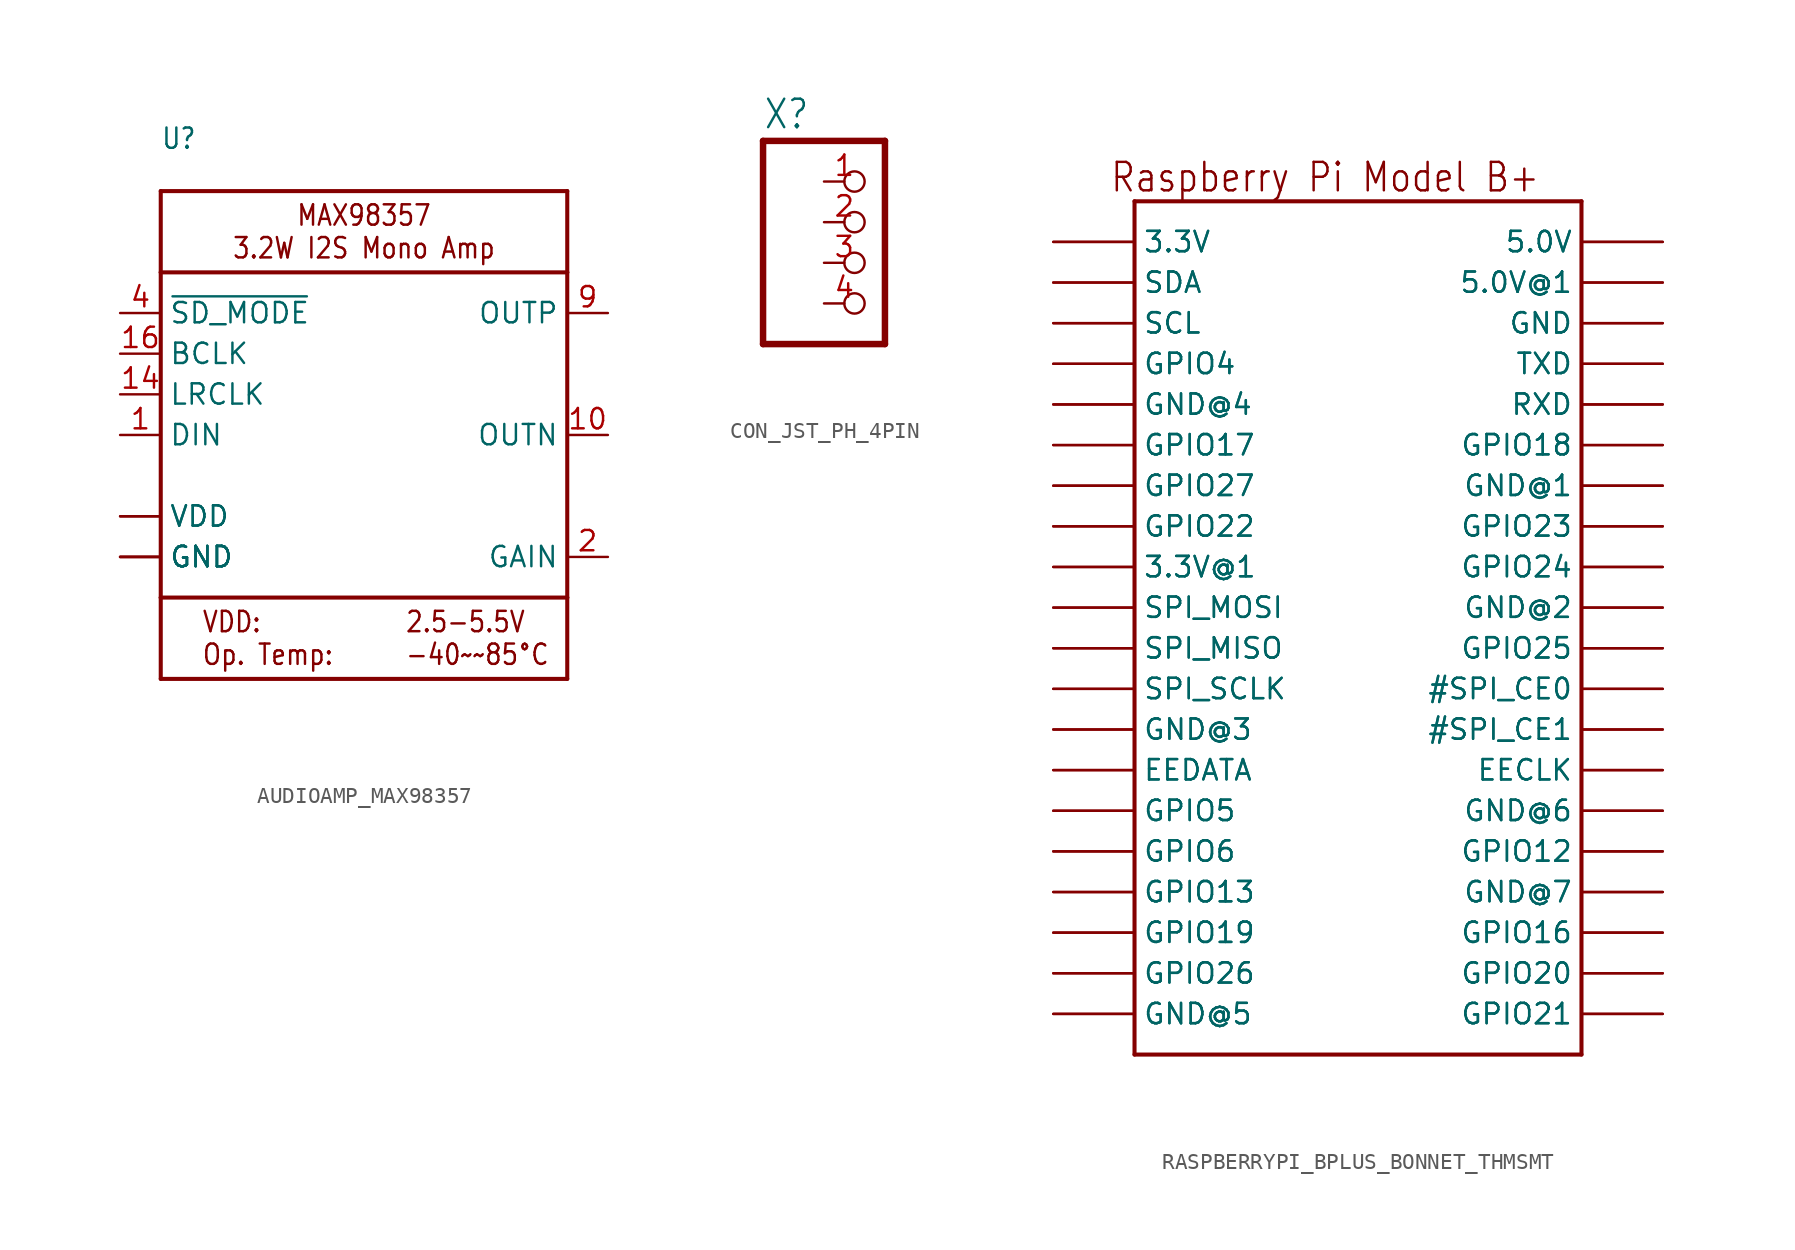
<source format=kicad_sym>
(kicad_symbol_lib
  (version 20231120)
  (generator "kicad_symbol_editor")
  (generator_version "8.0")
  (symbol "AUDIOAMP_MAX98357"
    (property "Reference" "U"
      (at -12.7 17.78 0)
      (effects (font (size 1.27 1.079)) (justify left bottom)))
    (property "Value" ""
      (at -12.7 -17.78 0)
      (effects (font (size 1.27 1.079)) (justify left bottom)))
    (property "ki_locked" ""
      (at 0 0 0)
      (effects (font (size 1.27 1.27))))
    (symbol "AUDIOAMP_MAX98357_1_0"
      (polyline (pts (xy -12.7 -15.24) (xy 12.7 -15.24)) (stroke (width 0.254) (type solid)) (fill (type none)))
      (polyline (pts (xy -12.7 -10.16) (xy -12.7 -15.24)) (stroke (width 0.254) (type solid)) (fill (type none)))
      (polyline (pts (xy -12.7 -10.16) (xy -12.7 10.16)) (stroke (width 0.254) (type solid)) (fill (type none)))
      (polyline (pts (xy -12.7 10.16) (xy -12.7 15.24)) (stroke (width 0.254) (type solid)) (fill (type none)))
      (polyline (pts (xy -12.7 10.16) (xy 12.7 10.16)) (stroke (width 0.254) (type solid)) (fill (type none)))
      (polyline (pts (xy -12.7 15.24) (xy 12.7 15.24)) (stroke (width 0.254) (type solid)) (fill (type none)))
      (polyline (pts (xy 12.7 -15.24) (xy 12.7 -10.16)) (stroke (width 0.254) (type solid)) (fill (type none)))
      (polyline (pts (xy 12.7 -10.16) (xy -12.7 -10.16)) (stroke (width 0.254) (type solid)) (fill (type none)))
      (polyline (pts (xy 12.7 10.16) (xy 12.7 -10.16)) (stroke (width 0.254) (type solid)) (fill (type none)))
      (polyline (pts (xy 12.7 15.24) (xy 12.7 10.16)) (stroke (width 0.254) (type solid)) (fill (type none)))
      (text "2.5-5.5V\n-40~~85°C" (at 2.54 -12.7 0) (effects (font (size 1.27 1.079)) (justify left)))
      (text "MAX98357\n3.2W I2S Mono Amp" (at 0 12.7 0) (effects (font (size 1.27 1.079))))
      (text "VDD:\nOp. Temp:" (at -10.16 -12.7 0) (effects (font (size 1.27 1.079)) (justify left)))
      (pin bidirectional line (at -15.24 0 0) (length 2.54) (name "DIN" (effects (font (size 1.27 1.27)))) (number "1" (effects (font (size 1.27 1.27)))))
      (pin output line (at 15.24 0 180) (length 2.54) (name "OUTN" (effects (font (size 1.27 1.27)))) (number "10" (effects (font (size 1.27 1.27)))))
      (pin power_in line (at -15.24 -7.62 0) (length 2.54) (name "GND" (effects (font (size 1.27 1.27)))) (number "11" (effects (font (size 0 0)))))
      (pin bidirectional line (at -15.24 2.54 0) (length 2.54) (name "LRCLK" (effects (font (size 1.27 1.27)))) (number "14" (effects (font (size 1.27 1.27)))))
      (pin power_in line (at -15.24 -7.62 0) (length 2.54) (name "GND" (effects (font (size 1.27 1.27)))) (number "15" (effects (font (size 0 0)))))
      (pin bidirectional line (at -15.24 5.08 0) (length 2.54) (name "BCLK" (effects (font (size 1.27 1.27)))) (number "16" (effects (font (size 1.27 1.27)))))
      (pin bidirectional line (at 15.24 -7.62 180) (length 2.54) (name "GAIN" (effects (font (size 1.27 1.27)))) (number "2" (effects (font (size 1.27 1.27)))))
      (pin power_in line (at -15.24 -7.62 0) (length 2.54) (name "GND" (effects (font (size 1.27 1.27)))) (number "3" (effects (font (size 0 0)))))
      (pin bidirectional line (at -15.24 7.62 0) (length 2.54) (name "~{SD_MODE}" (effects (font (size 1.27 1.27)))) (number "4" (effects (font (size 1.27 1.27)))))
      (pin power_in line (at -15.24 -5.08 0) (length 2.54) (name "VDD" (effects (font (size 1.27 1.27)))) (number "7" (effects (font (size 0 0)))))
      (pin power_in line (at -15.24 -5.08 0) (length 2.54) (name "VDD" (effects (font (size 1.27 1.27)))) (number "8" (effects (font (size 0 0)))))
      (pin output line (at 15.24 7.62 180) (length 2.54) (name "OUTP" (effects (font (size 1.27 1.27)))) (number "9" (effects (font (size 1.27 1.27)))))
      (pin power_in line (at -15.24 -7.62 0) (length 2.54) (name "GND" (effects (font (size 1.27 1.27)))) (number "THERMAL" (effects (font (size 0 0)))))))
  (symbol "CON_JST_PH_4PIN"
    (property "Reference" "X"
      (at -6.35 8.255 0)
      (effects (font (size 1.778 1.511)) (justify left bottom)))
    (property "Value" ""
      (at -6.35 -7.62 0)
      (effects (font (size 1.778 1.511)) (justify left bottom)))
    (property "ki_locked" ""
      (at 0 0 0)
      (effects (font (size 1.27 1.27))))
    (symbol "CON_JST_PH_4PIN_1_0"
      (polyline (pts (xy -6.35 -5.08) (xy 1.27 -5.08)) (stroke (width 0.406) (type solid)) (fill (type none)))
      (polyline (pts (xy -6.35 7.62) (xy -6.35 -5.08)) (stroke (width 0.406) (type solid)) (fill (type none)))
      (polyline (pts (xy 1.27 -5.08) (xy 1.27 7.62)) (stroke (width 0.406) (type solid)) (fill (type none)))
      (polyline (pts (xy 1.27 7.62) (xy -6.35 7.62)) (stroke (width 0.406) (type solid)) (fill (type none)))
      (pin passive inverted (at -2.54 5.08 0) (length 2.54) (name "1" (effects (font (size 0 0)))) (number "1" (effects (font (size 1.27 1.27)))))
      (pin passive inverted (at -2.54 2.54 0) (length 2.54) (name "2" (effects (font (size 0 0)))) (number "2" (effects (font (size 1.27 1.27)))))
      (pin passive inverted (at -2.54 0 0) (length 2.54) (name "3" (effects (font (size 0 0)))) (number "3" (effects (font (size 1.27 1.27)))))
      (pin passive inverted (at -2.54 -2.54 0) (length 2.54) (name "4" (effects (font (size 0 0)))) (number "4" (effects (font (size 1.27 1.27)))))))
  (symbol "RASPBERRYPI_BPLUS_BONNET_THMSMT"
    (property "Reference" "RPI"
      (at 0 0 0)
      (effects (font (size 1.27 1.27)) (hide yes)))
    (property "ki_locked" ""
      (at 0 0 0)
      (effects (font (size 1.27 1.27))))
    (symbol "RASPBERRYPI_BPLUS_BONNET_THMSMT_1_0"
      (polyline (pts (xy -12.7 -30.48) (xy -12.7 22.86)) (stroke (width 0.254) (type solid)) (fill (type none)))
      (polyline (pts (xy -12.7 22.86) (xy 15.24 22.86)) (stroke (width 0.254) (type solid)) (fill (type none)))
      (polyline (pts (xy 15.24 -30.48) (xy -12.7 -30.48)) (stroke (width 0.254) (type solid)) (fill (type none)))
      (polyline (pts (xy 15.24 22.86) (xy 15.24 -30.48)) (stroke (width 0.254) (type solid)) (fill (type none)))
      (text "Raspberry Pi Model B+" (at 12.7 25.4 0) (effects (font (size 1.778 1.511)) (justify right top)))
      (pin power_in line (at -17.78 20.32 0) (length 5.08) (name "3.3V" (effects (font (size 1.27 1.27)))) (number "1" (effects (font (size 0 0)))))
      (pin bidirectional line (at 20.32 10.16 180) (length 5.08) (name "RXD" (effects (font (size 1.27 1.27)))) (number "10" (effects (font (size 0 0)))))
      (pin bidirectional line (at -17.78 7.62 0) (length 5.08) (name "GPIO17" (effects (font (size 1.27 1.27)))) (number "11" (effects (font (size 0 0)))))
      (pin bidirectional line (at 20.32 7.62 180) (length 5.08) (name "GPIO18" (effects (font (size 1.27 1.27)))) (number "12" (effects (font (size 0 0)))))
      (pin bidirectional line (at -17.78 5.08 0) (length 5.08) (name "GPIO27" (effects (font (size 1.27 1.27)))) (number "13" (effects (font (size 0 0)))))
      (pin power_in line (at 20.32 5.08 180) (length 5.08) (name "GND@1" (effects (font (size 1.27 1.27)))) (number "14" (effects (font (size 0 0)))))
      (pin bidirectional line (at -17.78 2.54 0) (length 5.08) (name "GPIO22" (effects (font (size 1.27 1.27)))) (number "15" (effects (font (size 0 0)))))
      (pin bidirectional line (at 20.32 2.54 180) (length 5.08) (name "GPIO23" (effects (font (size 1.27 1.27)))) (number "16" (effects (font (size 0 0)))))
      (pin power_in line (at -17.78 0 0) (length 5.08) (name "3.3V@1" (effects (font (size 1.27 1.27)))) (number "17" (effects (font (size 0 0)))))
      (pin bidirectional line (at 20.32 0 180) (length 5.08) (name "GPIO24" (effects (font (size 1.27 1.27)))) (number "18" (effects (font (size 0 0)))))
      (pin bidirectional line (at -17.78 -2.54 0) (length 5.08) (name "SPI_MOSI" (effects (font (size 1.27 1.27)))) (number "19" (effects (font (size 0 0)))))
      (pin power_in line (at 20.32 20.32 180) (length 5.08) (name "5.0V" (effects (font (size 1.27 1.27)))) (number "2" (effects (font (size 0 0)))))
      (pin power_in line (at 20.32 -2.54 180) (length 5.08) (name "GND@2" (effects (font (size 1.27 1.27)))) (number "20" (effects (font (size 0 0)))))
      (pin bidirectional line (at -17.78 -5.08 0) (length 5.08) (name "SPI_MISO" (effects (font (size 1.27 1.27)))) (number "21" (effects (font (size 0 0)))))
      (pin bidirectional line (at 20.32 -5.08 180) (length 5.08) (name "GPIO25" (effects (font (size 1.27 1.27)))) (number "22" (effects (font (size 0 0)))))
      (pin bidirectional line (at -17.78 -7.62 0) (length 5.08) (name "SPI_SCLK" (effects (font (size 1.27 1.27)))) (number "23" (effects (font (size 0 0)))))
      (pin bidirectional line (at 20.32 -7.62 180) (length 5.08) (name "#SPI_CE0" (effects (font (size 1.27 1.27)))) (number "24" (effects (font (size 0 0)))))
      (pin power_in line (at -17.78 -10.16 0) (length 5.08) (name "GND@3" (effects (font (size 1.27 1.27)))) (number "25" (effects (font (size 0 0)))))
      (pin bidirectional line (at 20.32 -10.16 180) (length 5.08) (name "#SPI_CE1" (effects (font (size 1.27 1.27)))) (number "26" (effects (font (size 0 0)))))
      (pin bidirectional line (at -17.78 -12.7 0) (length 5.08) (name "EEDATA" (effects (font (size 1.27 1.27)))) (number "27" (effects (font (size 0 0)))))
      (pin bidirectional line (at 20.32 -12.7 180) (length 5.08) (name "EECLK" (effects (font (size 1.27 1.27)))) (number "28" (effects (font (size 0 0)))))
      (pin bidirectional line (at -17.78 -15.24 0) (length 5.08) (name "GPIO5" (effects (font (size 1.27 1.27)))) (number "29" (effects (font (size 0 0)))))
      (pin bidirectional line (at -17.78 17.78 0) (length 5.08) (name "SDA" (effects (font (size 1.27 1.27)))) (number "3" (effects (font (size 0 0)))))
      (pin power_in line (at 20.32 -15.24 180) (length 5.08) (name "GND@6" (effects (font (size 1.27 1.27)))) (number "30" (effects (font (size 0 0)))))
      (pin bidirectional line (at -17.78 -17.78 0) (length 5.08) (name "GPIO6" (effects (font (size 1.27 1.27)))) (number "31" (effects (font (size 0 0)))))
      (pin bidirectional line (at 20.32 -17.78 180) (length 5.08) (name "GPIO12" (effects (font (size 1.27 1.27)))) (number "32" (effects (font (size 0 0)))))
      (pin bidirectional line (at -17.78 -20.32 0) (length 5.08) (name "GPIO13" (effects (font (size 1.27 1.27)))) (number "33" (effects (font (size 0 0)))))
      (pin power_in line (at 20.32 -20.32 180) (length 5.08) (name "GND@7" (effects (font (size 1.27 1.27)))) (number "34" (effects (font (size 0 0)))))
      (pin bidirectional line (at -17.78 -22.86 0) (length 5.08) (name "GPIO19" (effects (font (size 1.27 1.27)))) (number "35" (effects (font (size 0 0)))))
      (pin bidirectional line (at 20.32 -22.86 180) (length 5.08) (name "GPIO16" (effects (font (size 1.27 1.27)))) (number "36" (effects (font (size 0 0)))))
      (pin bidirectional line (at -17.78 -25.4 0) (length 5.08) (name "GPIO26" (effects (font (size 1.27 1.27)))) (number "37" (effects (font (size 0 0)))))
      (pin bidirectional line (at 20.32 -25.4 180) (length 5.08) (name "GPIO20" (effects (font (size 1.27 1.27)))) (number "38" (effects (font (size 0 0)))))
      (pin power_in line (at -17.78 -27.94 0) (length 5.08) (name "GND@5" (effects (font (size 1.27 1.27)))) (number "39" (effects (font (size 0 0)))))
      (pin power_in line (at 20.32 17.78 180) (length 5.08) (name "5.0V@1" (effects (font (size 1.27 1.27)))) (number "4" (effects (font (size 0 0)))))
      (pin bidirectional line (at 20.32 -27.94 180) (length 5.08) (name "GPIO21" (effects (font (size 1.27 1.27)))) (number "40" (effects (font (size 0 0)))))
      (pin bidirectional line (at -17.78 15.24 0) (length 5.08) (name "SCL" (effects (font (size 1.27 1.27)))) (number "5" (effects (font (size 0 0)))))
      (pin power_in line (at 20.32 15.24 180) (length 5.08) (name "GND" (effects (font (size 1.27 1.27)))) (number "6" (effects (font (size 0 0)))))
      (pin bidirectional line (at -17.78 12.7 0) (length 5.08) (name "GPIO4" (effects (font (size 1.27 1.27)))) (number "7" (effects (font (size 0 0)))))
      (pin bidirectional line (at 20.32 12.7 180) (length 5.08) (name "TXD" (effects (font (size 1.27 1.27)))) (number "8" (effects (font (size 0 0)))))
      (pin power_in line (at -17.78 10.16 0) (length 5.08) (name "GND@4" (effects (font (size 1.27 1.27)))) (number "9" (effects (font (size 0 0)))))
      (pin power_in line (at -17.78 20.32 0) (length 5.08) (name "3.3V" (effects (font (size 1.27 1.27)))) (number "S1" (effects (font (size 0 0)))))
      (pin bidirectional line (at 20.32 10.16 180) (length 5.08) (name "RXD" (effects (font (size 1.27 1.27)))) (number "S10" (effects (font (size 0 0)))))
      (pin bidirectional line (at -17.78 7.62 0) (length 5.08) (name "GPIO17" (effects (font (size 1.27 1.27)))) (number "S11" (effects (font (size 0 0)))))
      (pin bidirectional line (at 20.32 7.62 180) (length 5.08) (name "GPIO18" (effects (font (size 1.27 1.27)))) (number "S12" (effects (font (size 0 0)))))
      (pin bidirectional line (at -17.78 5.08 0) (length 5.08) (name "GPIO27" (effects (font (size 1.27 1.27)))) (number "S13" (effects (font (size 0 0)))))
      (pin power_in line (at 20.32 5.08 180) (length 5.08) (name "GND@1" (effects (font (size 1.27 1.27)))) (number "S14" (effects (font (size 0 0)))))
      (pin bidirectional line (at -17.78 2.54 0) (length 5.08) (name "GPIO22" (effects (font (size 1.27 1.27)))) (number "S15" (effects (font (size 0 0)))))
      (pin bidirectional line (at 20.32 2.54 180) (length 5.08) (name "GPIO23" (effects (font (size 1.27 1.27)))) (number "S16" (effects (font (size 0 0)))))
      (pin power_in line (at -17.78 0 0) (length 5.08) (name "3.3V@1" (effects (font (size 1.27 1.27)))) (number "S17" (effects (font (size 0 0)))))
      (pin bidirectional line (at 20.32 0 180) (length 5.08) (name "GPIO24" (effects (font (size 1.27 1.27)))) (number "S18" (effects (font (size 0 0)))))
      (pin bidirectional line (at -17.78 -2.54 0) (length 5.08) (name "SPI_MOSI" (effects (font (size 1.27 1.27)))) (number "S19" (effects (font (size 0 0)))))
      (pin power_in line (at 20.32 20.32 180) (length 5.08) (name "5.0V" (effects (font (size 1.27 1.27)))) (number "S2" (effects (font (size 0 0)))))
      (pin power_in line (at 20.32 -2.54 180) (length 5.08) (name "GND@2" (effects (font (size 1.27 1.27)))) (number "S20" (effects (font (size 0 0)))))
      (pin bidirectional line (at -17.78 -5.08 0) (length 5.08) (name "SPI_MISO" (effects (font (size 1.27 1.27)))) (number "S21" (effects (font (size 0 0)))))
      (pin bidirectional line (at 20.32 -5.08 180) (length 5.08) (name "GPIO25" (effects (font (size 1.27 1.27)))) (number "S22" (effects (font (size 0 0)))))
      (pin bidirectional line (at -17.78 -7.62 0) (length 5.08) (name "SPI_SCLK" (effects (font (size 1.27 1.27)))) (number "S23" (effects (font (size 0 0)))))
      (pin bidirectional line (at 20.32 -7.62 180) (length 5.08) (name "#SPI_CE0" (effects (font (size 1.27 1.27)))) (number "S24" (effects (font (size 0 0)))))
      (pin power_in line (at -17.78 -10.16 0) (length 5.08) (name "GND@3" (effects (font (size 1.27 1.27)))) (number "S25" (effects (font (size 0 0)))))
      (pin bidirectional line (at 20.32 -10.16 180) (length 5.08) (name "#SPI_CE1" (effects (font (size 1.27 1.27)))) (number "S26" (effects (font (size 0 0)))))
      (pin bidirectional line (at -17.78 -12.7 0) (length 5.08) (name "EEDATA" (effects (font (size 1.27 1.27)))) (number "S27" (effects (font (size 0 0)))))
      (pin bidirectional line (at 20.32 -12.7 180) (length 5.08) (name "EECLK" (effects (font (size 1.27 1.27)))) (number "S28" (effects (font (size 0 0)))))
      (pin bidirectional line (at -17.78 -15.24 0) (length 5.08) (name "GPIO5" (effects (font (size 1.27 1.27)))) (number "S29" (effects (font (size 0 0)))))
      (pin bidirectional line (at -17.78 17.78 0) (length 5.08) (name "SDA" (effects (font (size 1.27 1.27)))) (number "S3" (effects (font (size 0 0)))))
      (pin power_in line (at 20.32 -15.24 180) (length 5.08) (name "GND@6" (effects (font (size 1.27 1.27)))) (number "S30" (effects (font (size 0 0)))))
      (pin bidirectional line (at -17.78 -17.78 0) (length 5.08) (name "GPIO6" (effects (font (size 1.27 1.27)))) (number "S31" (effects (font (size 0 0)))))
      (pin bidirectional line (at 20.32 -17.78 180) (length 5.08) (name "GPIO12" (effects (font (size 1.27 1.27)))) (number "S32" (effects (font (size 0 0)))))
      (pin bidirectional line (at -17.78 -20.32 0) (length 5.08) (name "GPIO13" (effects (font (size 1.27 1.27)))) (number "S33" (effects (font (size 0 0)))))
      (pin power_in line (at 20.32 -20.32 180) (length 5.08) (name "GND@7" (effects (font (size 1.27 1.27)))) (number "S34" (effects (font (size 0 0)))))
      (pin bidirectional line (at -17.78 -22.86 0) (length 5.08) (name "GPIO19" (effects (font (size 1.27 1.27)))) (number "S35" (effects (font (size 0 0)))))
      (pin bidirectional line (at 20.32 -22.86 180) (length 5.08) (name "GPIO16" (effects (font (size 1.27 1.27)))) (number "S36" (effects (font (size 0 0)))))
      (pin bidirectional line (at -17.78 -25.4 0) (length 5.08) (name "GPIO26" (effects (font (size 1.27 1.27)))) (number "S37" (effects (font (size 0 0)))))
      (pin bidirectional line (at 20.32 -25.4 180) (length 5.08) (name "GPIO20" (effects (font (size 1.27 1.27)))) (number "S38" (effects (font (size 0 0)))))
      (pin power_in line (at -17.78 -27.94 0) (length 5.08) (name "GND@5" (effects (font (size 1.27 1.27)))) (number "S39" (effects (font (size 0 0)))))
      (pin power_in line (at 20.32 17.78 180) (length 5.08) (name "5.0V@1" (effects (font (size 1.27 1.27)))) (number "S4" (effects (font (size 0 0)))))
      (pin bidirectional line (at 20.32 -27.94 180) (length 5.08) (name "GPIO21" (effects (font (size 1.27 1.27)))) (number "S40" (effects (font (size 0 0)))))
      (pin bidirectional line (at -17.78 15.24 0) (length 5.08) (name "SCL" (effects (font (size 1.27 1.27)))) (number "S5" (effects (font (size 0 0)))))
      (pin power_in line (at 20.32 15.24 180) (length 5.08) (name "GND" (effects (font (size 1.27 1.27)))) (number "S6" (effects (font (size 0 0)))))
      (pin bidirectional line (at -17.78 12.7 0) (length 5.08) (name "GPIO4" (effects (font (size 1.27 1.27)))) (number "S7" (effects (font (size 0 0)))))
      (pin bidirectional line (at 20.32 12.7 180) (length 5.08) (name "TXD" (effects (font (size 1.27 1.27)))) (number "S8" (effects (font (size 0 0)))))
      (pin power_in line (at -17.78 10.16 0) (length 5.08) (name "GND@4" (effects (font (size 1.27 1.27)))) (number "S9" (effects (font (size 0 0))))))))
</source>
